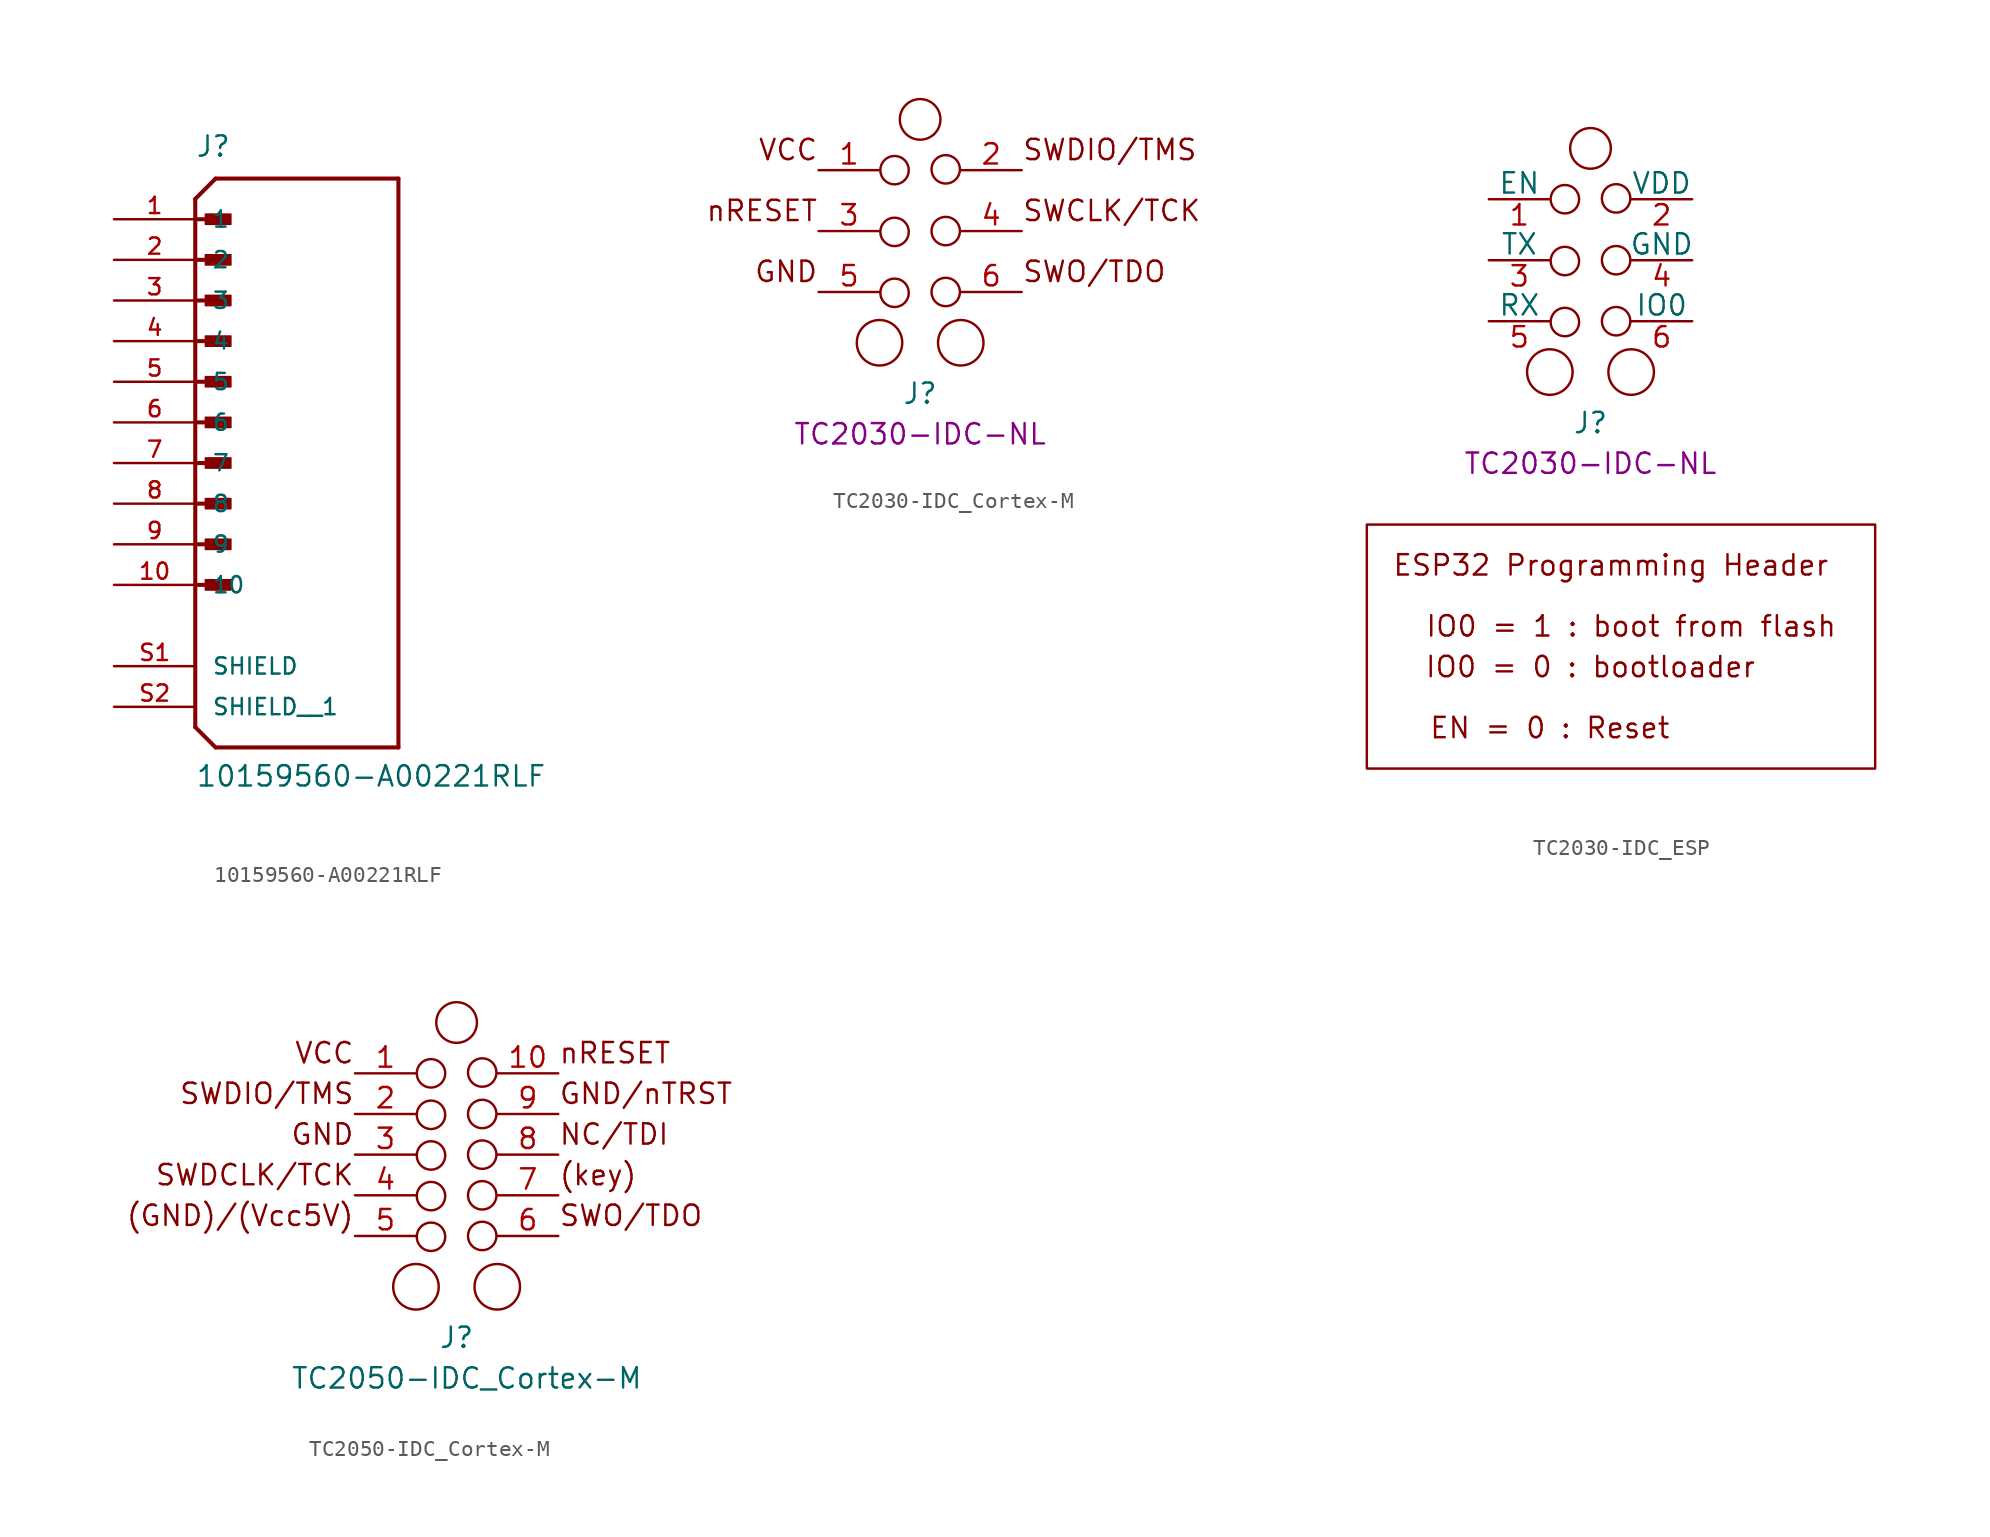
<source format=kicad_sym>
(kicad_symbol_lib
  (version 20231120)
  (generator "kicad_symbol_editor")
  (generator_version "8.0")
  (symbol "10159560-A00221RLF"
    (pin_names
      (offset 1.016))
    (property "Reference" "J"
      (at 0 16.51 0)
      (effects (font (size 1.27 1.27)) (justify left bottom)))
    (property "Value" "10159560-A00221RLF"
      (at 0 -22.86 0)
      (effects (font (size 1.27 1.27)) (justify left bottom)))
    (symbol "10159560-A00221RLF_0_0"
      (polyline (pts (xy 0 -19.05) (xy 1.27 -20.32)) (stroke (width 0.254) (type default)) (fill (type none)))
      (polyline (pts (xy 0 -10.16) (xy 1.905 -10.16)) (stroke (width 0.254) (type default)) (fill (type none)))
      (polyline (pts (xy 0 -7.62) (xy 1.905 -7.62)) (stroke (width 0.254) (type default)) (fill (type none)))
      (polyline (pts (xy 0 -5.08) (xy 1.905 -5.08)) (stroke (width 0.254) (type default)) (fill (type none)))
      (polyline (pts (xy 0 -2.54) (xy 1.905 -2.54)) (stroke (width 0.254) (type default)) (fill (type none)))
      (polyline (pts (xy 0 0) (xy 1.905 0)) (stroke (width 0.254) (type default)) (fill (type none)))
      (polyline (pts (xy 0 2.54) (xy 1.905 2.54)) (stroke (width 0.254) (type default)) (fill (type none)))
      (polyline (pts (xy 0 5.08) (xy 1.905 5.08)) (stroke (width 0.254) (type default)) (fill (type none)))
      (polyline (pts (xy 0 7.62) (xy 1.905 7.62)) (stroke (width 0.254) (type default)) (fill (type none)))
      (polyline (pts (xy 0 10.16) (xy 1.905 10.16)) (stroke (width 0.254) (type default)) (fill (type none)))
      (polyline (pts (xy 0 12.7) (xy 0 -19.05)) (stroke (width 0.254) (type default)) (fill (type none)))
      (polyline (pts (xy 0 12.7) (xy 1.905 12.7)) (stroke (width 0.254) (type default)) (fill (type none)))
      (polyline (pts (xy 0 13.97) (xy 0 12.7)) (stroke (width 0.254) (type default)) (fill (type none)))
      (polyline (pts (xy 0 13.97) (xy 1.27 15.24)) (stroke (width 0.254) (type default)) (fill (type none)))
      (polyline (pts (xy 1.27 -20.32) (xy 12.7 -20.32)) (stroke (width 0.254) (type default)) (fill (type none)))
      (polyline (pts (xy 12.7 -20.32) (xy 12.7 15.24)) (stroke (width 0.254) (type default)) (fill (type none)))
      (polyline (pts (xy 12.7 15.24) (xy 1.27 15.24)) (stroke (width 0.254) (type default)) (fill (type none)))
      (rectangle (start 0.635 -10.477) (end 2.223 -9.842) (stroke (width 0.1) (type default)) (fill (type outline)))
      (rectangle (start 0.635 -7.938) (end 2.223 -7.303) (stroke (width 0.1) (type default)) (fill (type outline)))
      (rectangle (start 0.635 -5.397) (end 2.223 -4.763) (stroke (width 0.1) (type default)) (fill (type outline)))
      (rectangle (start 0.635 -2.857) (end 2.223 -2.223) (stroke (width 0.1) (type default)) (fill (type outline)))
      (rectangle (start 0.635 -0.318) (end 2.223 0.318) (stroke (width 0.1) (type default)) (fill (type outline)))
      (rectangle (start 0.635 2.223) (end 2.223 2.857) (stroke (width 0.1) (type default)) (fill (type outline)))
      (rectangle (start 0.635 4.763) (end 2.223 5.397) (stroke (width 0.1) (type default)) (fill (type outline)))
      (rectangle (start 0.635 7.303) (end 2.223 7.938) (stroke (width 0.1) (type default)) (fill (type outline)))
      (rectangle (start 0.635 9.842) (end 2.223 10.477) (stroke (width 0.1) (type default)) (fill (type outline)))
      (rectangle (start 0.635 12.383) (end 2.223 13.018) (stroke (width 0.1) (type default)) (fill (type outline)))
      (pin power_in line (at -5.08 12.7 0) (length 5.08) (name "1" (effects (font (size 1.016 1.016)))) (number "1" (effects (font (size 1.016 1.016)))))
      (pin power_in line (at -5.08 -10.16 0) (length 5.08) (name "10" (effects (font (size 1.016 1.016)))) (number "10" (effects (font (size 1.016 1.016)))))
      (pin power_in line (at -5.08 10.16 0) (length 5.08) (name "2" (effects (font (size 1.016 1.016)))) (number "2" (effects (font (size 1.016 1.016)))))
      (pin power_in line (at -5.08 7.62 0) (length 5.08) (name "3" (effects (font (size 1.016 1.016)))) (number "3" (effects (font (size 1.016 1.016)))))
      (pin power_in line (at -5.08 5.08 0) (length 5.08) (name "4" (effects (font (size 1.016 1.016)))) (number "4" (effects (font (size 1.016 1.016)))))
      (pin power_in line (at -5.08 2.54 0) (length 5.08) (name "5" (effects (font (size 1.016 1.016)))) (number "5" (effects (font (size 1.016 1.016)))))
      (pin power_in line (at -5.08 0 0) (length 5.08) (name "6" (effects (font (size 1.016 1.016)))) (number "6" (effects (font (size 1.016 1.016)))))
      (pin power_in line (at -5.08 -2.54 0) (length 5.08) (name "7" (effects (font (size 1.016 1.016)))) (number "7" (effects (font (size 1.016 1.016)))))
      (pin power_in line (at -5.08 -5.08 0) (length 5.08) (name "8" (effects (font (size 1.016 1.016)))) (number "8" (effects (font (size 1.016 1.016)))))
      (pin power_in line (at -5.08 -7.62 0) (length 5.08) (name "9" (effects (font (size 1.016 1.016)))) (number "9" (effects (font (size 1.016 1.016)))))
      (pin passive line (at -5.08 -15.24 0) (length 5.08) (name "SHIELD" (effects (font (size 1.016 1.016)))) (number "S1" (effects (font (size 1.016 1.016)))))
      (pin passive line (at -5.08 -17.78 0) (length 5.08) (name "SHIELD__1" (effects (font (size 1.016 1.016)))) (number "S2" (effects (font (size 1.016 1.016)))))))
  (symbol "TC2030-IDC_Cortex-M"
    (pin_names
      (offset 0) hide)
    (property "Reference" "J"
      (at 0 -10.16 0)
      (effects (font (size 1.27 1.27))))
    (property "Connector" "TC2030-IDC-NL"
      (at 0 -12.7 0)
      (effects (font (size 1.27 1.27))))
    (symbol "TC2030-IDC_Cortex-M_0_0"
      (text "GND" (at -6.35 -2.54 0) (effects (font (size 1.27 1.27)) (justify right)))
      (text "nRESET" (at -6.35 1.27 0) (effects (font (size 1.27 1.27)) (justify right)))
      (text "SWCLK/TCK" (at 6.35 1.27 0) (effects (font (size 1.27 1.27)) (justify left)))
      (text "SWDIO/TMS" (at 6.35 5.08 0) (effects (font (size 1.27 1.27)) (justify left)))
      (text "SWO/TDO" (at 6.35 -2.54 0) (effects (font (size 1.27 1.27)) (justify left)))
      (text "VCC" (at -6.35 5.08 0) (effects (font (size 1.27 1.27)) (justify right))))
    (symbol "TC2030-IDC_Cortex-M_0_1"
      (circle (center -2.54 -6.985) (radius 1.422) (stroke (width 0) (type default)) (fill (type none)))
      (circle (center -1.6 3.81) (radius 0.889) (stroke (width 0) (type default)) (fill (type none)))
      (circle (center 0 6.985) (radius 1.27) (stroke (width 0) (type default)) (fill (type none))))
    (symbol "TC2030-IDC_Cortex-M_1_1"
      (circle (center -1.6 -3.861) (radius 0.889) (stroke (width 0) (type default)) (fill (type none)))
      (circle (center -1.6 -0.051) (radius 0.889) (stroke (width 0) (type default)) (fill (type none)))
      (circle (center 1.6 -3.81) (radius 0.889) (stroke (width 0) (type default)) (fill (type none)))
      (circle (center 1.6 0) (radius 0.889) (stroke (width 0) (type default)) (fill (type none)))
      (circle (center 1.6 3.861) (radius 0.889) (stroke (width 0) (type default)) (fill (type none)))
      (circle (center 2.54 -6.985) (radius 1.422) (stroke (width 0) (type default)) (fill (type none)))
      (pin passive line (at -6.35 3.81 0) (length 3.81) (name "VCC" (effects (font (size 1.27 1.27)))) (number "1" (effects (font (size 1.27 1.27)))))
      (pin passive line (at 6.35 3.81 180) (length 3.81) (name "SWDIO" (effects (font (size 1.27 1.27)))) (number "2" (effects (font (size 1.27 1.27)))))
      (pin passive line (at -6.35 0 0) (length 3.81) (name "nRESET" (effects (font (size 1.27 1.27)))) (number "3" (effects (font (size 1.27 1.27)))))
      (pin passive line (at 6.35 0 180) (length 3.81) (name "SWCLK" (effects (font (size 1.27 1.27)))) (number "4" (effects (font (size 1.27 1.27)))))
      (pin passive line (at -6.35 -3.81 0) (length 3.81) (name "GND" (effects (font (size 1.27 1.27)))) (number "5" (effects (font (size 1.27 1.27)))))
      (pin passive line (at 6.35 -3.81 180) (length 3.81) (name "SWO" (effects (font (size 1.27 1.27)))) (number "6" (effects (font (size 1.27 1.27)))))))
  (symbol "TC2030-IDC_ESP"
    (pin_names
      (offset 0))
    (property "Reference" "J"
      (at 0 -10.16 0)
      (effects (font (size 1.27 1.27))))
    (property "Connector" "TC2030-IDC-NL"
      (at 0 -12.7 0)
      (effects (font (size 1.27 1.27))))
    (symbol "TC2030-IDC_ESP_0_0"
      (rectangle (start -13.97 -16.51) (end 17.78 -31.75) (stroke (width 0) (type default)) (fill (type none)))
      (text "EN = 0 : Reset" (at -2.54 -29.21 0) (effects (font (size 1.27 1.27))))
      (text "ESP32 Programming Header" (at 1.27 -19.05 0) (effects (font (size 1.27 1.27))))
      (text "IO0 = 0 : bootloader" (at 0 -25.4 0) (effects (font (size 1.27 1.27))))
      (text "IO0 = 1 : boot from flash" (at 2.54 -22.86 0) (effects (font (size 1.27 1.27)))))
    (symbol "TC2030-IDC_ESP_0_1"
      (circle (center -2.54 -6.985) (radius 1.422) (stroke (width 0) (type default)) (fill (type none)))
      (circle (center -1.6 3.81) (radius 0.889) (stroke (width 0) (type default)) (fill (type none)))
      (circle (center 0 6.985) (radius 1.27) (stroke (width 0) (type default)) (fill (type none))))
    (symbol "TC2030-IDC_ESP_1_1"
      (circle (center -1.6 -3.861) (radius 0.889) (stroke (width 0) (type default)) (fill (type none)))
      (circle (center -1.6 -0.051) (radius 0.889) (stroke (width 0) (type default)) (fill (type none)))
      (circle (center 1.6 -3.81) (radius 0.889) (stroke (width 0) (type default)) (fill (type none)))
      (circle (center 1.6 0) (radius 0.889) (stroke (width 0) (type default)) (fill (type none)))
      (circle (center 1.6 3.861) (radius 0.889) (stroke (width 0) (type default)) (fill (type none)))
      (circle (center 2.54 -6.985) (radius 1.422) (stroke (width 0) (type default)) (fill (type none)))
      (pin passive line (at -6.35 3.81 0) (length 3.81) (name "EN" (effects (font (size 1.27 1.27)))) (number "1" (effects (font (size 1.27 1.27)))))
      (pin passive line (at 6.35 3.81 180) (length 3.81) (name "VDD" (effects (font (size 1.27 1.27)))) (number "2" (effects (font (size 1.27 1.27)))))
      (pin passive line (at -6.35 0 0) (length 3.81) (name "TX" (effects (font (size 1.27 1.27)))) (number "3" (effects (font (size 1.27 1.27)))))
      (pin passive line (at 6.35 0 180) (length 3.81) (name "GND" (effects (font (size 1.27 1.27)))) (number "4" (effects (font (size 1.27 1.27)))))
      (pin passive line (at -6.35 -3.81 0) (length 3.81) (name "RX" (effects (font (size 1.27 1.27)))) (number "5" (effects (font (size 1.27 1.27)))))
      (pin passive line (at 6.35 -3.81 180) (length 3.81) (name "IO0" (effects (font (size 1.27 1.27)))) (number "6" (effects (font (size 1.27 1.27)))))))
  (symbol "TC2050-IDC_Cortex-M"
    (pin_names hide)
    (property "Reference" "J"
      (at 0 -11.43 0)
      (effects (font (size 1.27 1.27))))
    (property "Value" "TC2050-IDC_Cortex-M"
      (at 0.635 -13.97 0)
      (effects (font (size 1.27 1.27))))
    (symbol "TC2050-IDC_Cortex-M_0_0"
      (text "(GND)/(Vcc5V)" (at -6.35 -3.81 0) (effects (font (size 1.27 1.27)) (justify right)))
      (text "(key)" (at 6.35 -1.27 0) (effects (font (size 1.27 1.27)) (justify left)))
      (text "GND" (at -6.35 1.27 0) (effects (font (size 1.27 1.27)) (justify right)))
      (text "GND/nTRST" (at 6.35 3.81 0) (effects (font (size 1.27 1.27)) (justify left)))
      (text "NC/TDI" (at 6.35 1.27 0) (effects (font (size 1.27 1.27)) (justify left)))
      (text "nRESET" (at 6.35 6.35 0) (effects (font (size 1.27 1.27)) (justify left)))
      (text "SWDCLK/TCK" (at -6.35 -1.27 0) (effects (font (size 1.27 1.27)) (justify right)))
      (text "SWDIO/TMS" (at -6.35 3.81 0) (effects (font (size 1.27 1.27)) (justify right)))
      (text "SWO/TDO" (at 6.35 -3.81 0) (effects (font (size 1.27 1.27)) (justify left)))
      (text "VCC" (at -6.35 6.35 0) (effects (font (size 1.27 1.27)) (justify right))))
    (symbol "TC2050-IDC_Cortex-M_0_1"
      (circle (center -2.54 -8.255) (radius 1.422) (stroke (width 0) (type default)) (fill (type none)))
      (circle (center -1.6 5.08) (radius 0.889) (stroke (width 0) (type default)) (fill (type none)))
      (circle (center 0 8.255) (radius 1.27) (stroke (width 0) (type default)) (fill (type none))))
    (symbol "TC2050-IDC_Cortex-M_1_1"
      (circle (center -1.6 -5.131) (radius 0.889) (stroke (width 0) (type default)) (fill (type none)))
      (circle (center -1.6 -2.591) (radius 0.889) (stroke (width 0) (type default)) (fill (type none)))
      (circle (center -1.6 -0.051) (radius 0.889) (stroke (width 0) (type default)) (fill (type none)))
      (circle (center -1.6 2.489) (radius 0.889) (stroke (width 0) (type default)) (fill (type none)))
      (circle (center 1.6 -5.08) (radius 0.889) (stroke (width 0) (type default)) (fill (type none)))
      (circle (center 1.6 -2.54) (radius 0.889) (stroke (width 0) (type default)) (fill (type none)))
      (circle (center 1.6 0) (radius 0.889) (stroke (width 0) (type default)) (fill (type none)))
      (circle (center 1.6 2.54) (radius 0.889) (stroke (width 0) (type default)) (fill (type none)))
      (circle (center 1.6 5.131) (radius 0.889) (stroke (width 0) (type default)) (fill (type none)))
      (circle (center 2.54 -8.255) (radius 1.422) (stroke (width 0) (type default)) (fill (type none)))
      (pin passive line (at -6.35 5.08 0) (length 3.81) (name "VCC" (effects (font (size 1.27 1.27)))) (number "1" (effects (font (size 1.27 1.27)))))
      (pin passive line (at 6.35 5.08 180) (length 3.81) (name "nRESET" (effects (font (size 1.27 1.27)))) (number "10" (effects (font (size 1.27 1.27)))))
      (pin passive line (at -6.35 2.54 0) (length 3.81) (name "SWDIO/TMS" (effects (font (size 1.27 1.27)))) (number "2" (effects (font (size 1.27 1.27)))))
      (pin passive line (at -6.35 0 0) (length 3.81) (name "GND" (effects (font (size 1.27 1.27)))) (number "3" (effects (font (size 1.27 1.27)))))
      (pin passive line (at -6.35 -2.54 0) (length 3.81) (name "SWDCLK/TCK" (effects (font (size 1.27 1.27)))) (number "4" (effects (font (size 1.27 1.27)))))
      (pin passive line (at -6.35 -5.08 0) (length 3.81) (name "(GND)/(Vcc5V)" (effects (font (size 1.27 1.27)))) (number "5" (effects (font (size 1.27 1.27)))))
      (pin passive line (at 6.35 -5.08 180) (length 3.81) (name "SWO/TDO" (effects (font (size 1.27 1.27)))) (number "6" (effects (font (size 1.27 1.27)))))
      (pin passive line (at 6.35 -2.54 180) (length 3.81) (name "(key)" (effects (font (size 1.27 1.27)))) (number "7" (effects (font (size 1.27 1.27)))))
      (pin passive line (at 6.35 0 180) (length 3.81) (name "NC/TDI" (effects (font (size 1.27 1.27)))) (number "8" (effects (font (size 1.27 1.27)))))
      (pin passive line (at 6.35 2.54 180) (length 3.81) (name "GND/nTRST" (effects (font (size 1.27 1.27)))) (number "9" (effects (font (size 1.27 1.27))))))))
</source>
